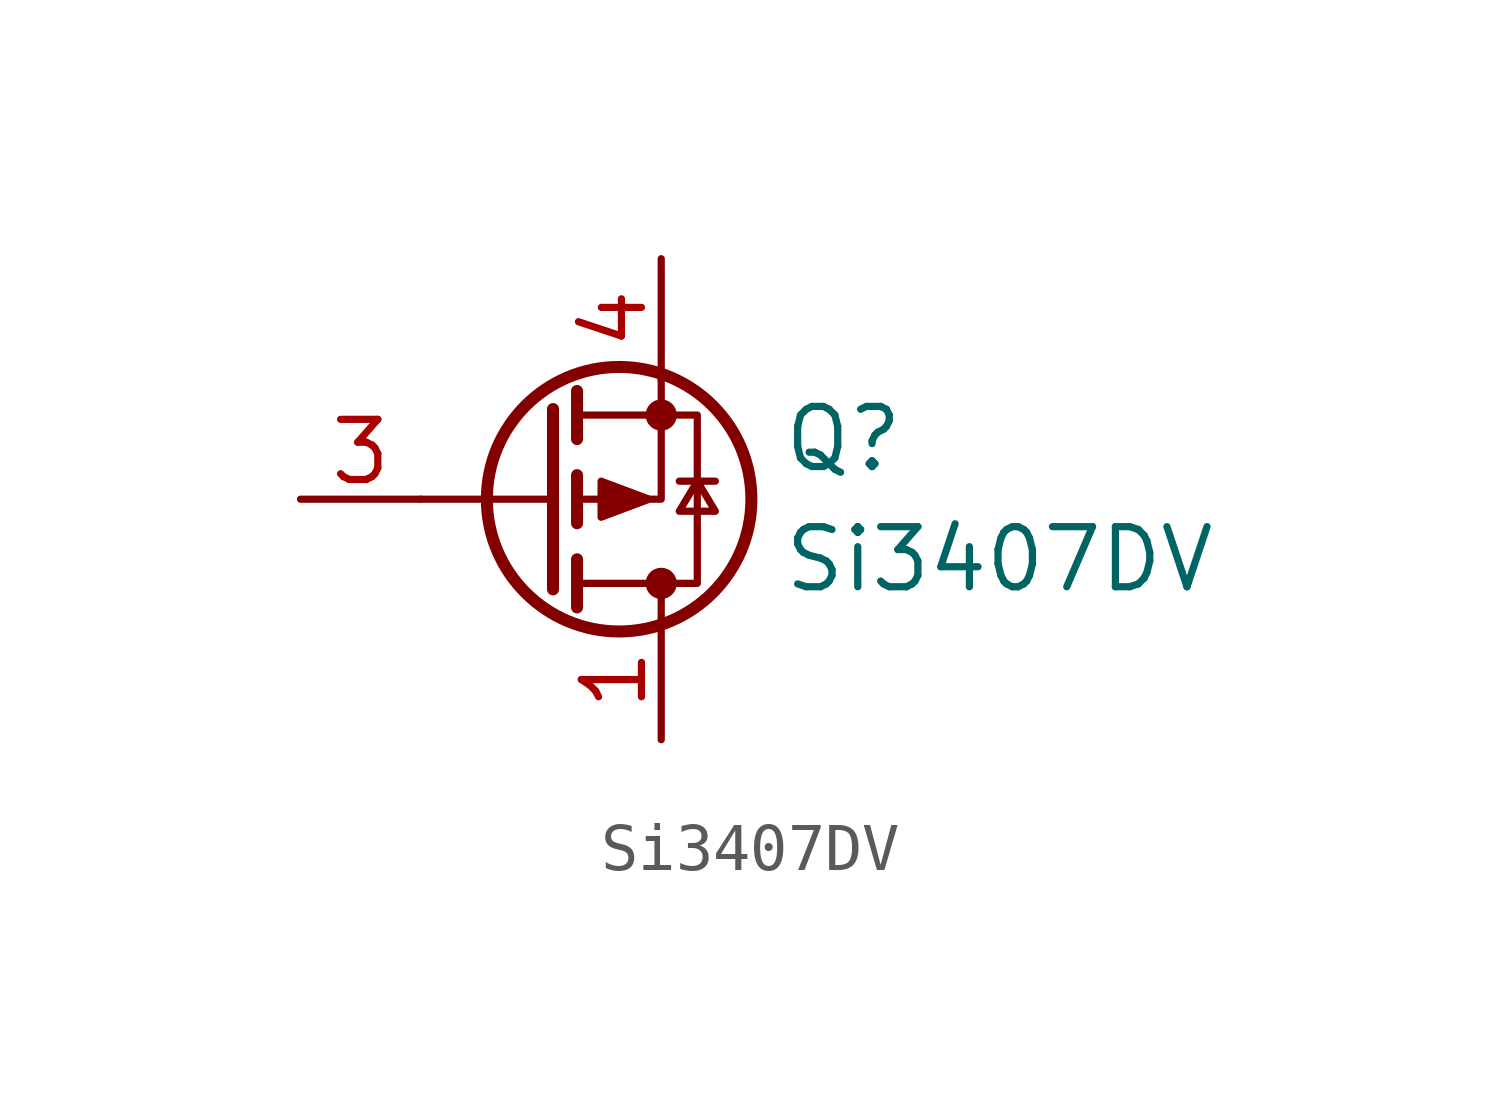
<source format=kicad_sym>
(kicad_symbol_lib
  (version 20241209)
  (generator "kicad_symbol_editor")
  (generator_version "9.0")
  (symbol "Si3407DV"
    (pin_names
      (hide yes))
    (property "Reference" "Q"
      (at 5.08 1.27 0)
      (effects (font (size 1.27 1.27)) (justify left)))
    (property "Value" "Si3407DV"
      (at 5.08 -1.27 0)
      (effects (font (size 1.27 1.27)) (justify left)))
    (symbol "Si3407DV_0_0"
      (pin input line (at -5.08 0 0) (length 2.54) (name "G" (effects (font (size 1.27 1.27)))) (number "3" (effects (font (size 1.27 1.27)))))
      (pin passive line (at 2.54 5.08 270) (length 2.54) (name "S" (effects (font (size 1.27 1.27)))) (number "4" (effects (font (size 1.27 1.27)))))
      (pin passive line (at 2.54 -5.08 90) (length 2.54) (name "D" (effects (font (size 1.27 1.27)))) (number "1" (effects (font (size 1.27 1.27)))))
      (pin passive line (at 2.54 -5.08 90) (length 2.54) (hide yes) (name "D" (effects (font (size 1.27 1.27)))) (number "2" (effects (font (size 1.27 1.27)))))
      (pin passive line (at 2.54 -5.08 90) (length 2.54) (hide yes) (name "D" (effects (font (size 1.27 1.27)))) (number "5" (effects (font (size 1.27 1.27)))))
      (pin passive line (at 2.54 -5.08 90) (length 2.54) (hide yes) (name "D" (effects (font (size 1.27 1.27)))) (number "6" (effects (font (size 1.27 1.27))))))
    (symbol "Si3407DV_0_1"
      (polyline (pts (xy 0.254 0) (xy -2.54 0)) (stroke (width 0) (type default)) (fill (type none)))
      (polyline (pts (xy 0.254 -1.905) (xy 0.254 1.905)) (stroke (width 0.254) (type default)) (fill (type none)))
      (polyline (pts (xy 0.762 1.27) (xy 0.762 2.286)) (stroke (width 0.254) (type default)) (fill (type none)))
      (polyline (pts (xy 0.762 -0.508) (xy 0.762 0.508)) (stroke (width 0.254) (type default)) (fill (type none)))
      (polyline (pts (xy 0.762 -1.778) (xy 3.302 -1.778) (xy 3.302 1.778) (xy 0.762 1.778)) (stroke (width 0) (type default)) (fill (type none)))
      (polyline (pts (xy 0.762 -2.286) (xy 0.762 -1.27)) (stroke (width 0.254) (type default)) (fill (type none)))
      (circle (center 1.651 0) (radius 2.794) (stroke (width 0.254) (type default)) (fill (type none)))
      (polyline (pts (xy 2.286 0) (xy 1.27 -0.381) (xy 1.27 0.381) (xy 2.286 0)) (stroke (width 0) (type default)) (fill (type outline)))
      (polyline (pts (xy 2.54 2.54) (xy 2.54 0) (xy 0.762 0)) (stroke (width 0) (type default)) (fill (type none)))
      (circle (center 2.54 1.778) (radius 0.254) (stroke (width 0) (type default)) (fill (type outline)))
      (circle (center 2.54 -1.778) (radius 0.254) (stroke (width 0) (type default)) (fill (type outline)))
      (polyline (pts (xy 2.54 -2.54) (xy 2.54 -1.778)) (stroke (width 0) (type default)) (fill (type none)))
      (polyline (pts (xy 2.921 0.381) (xy 3.683 0.381)) (stroke (width 0) (type default)) (fill (type none)))
      (polyline (pts (xy 3.302 0.381) (xy 2.921 -0.254) (xy 3.683 -0.254) (xy 3.302 0.381)) (stroke (width 0) (type default)) (fill (type none))))))
</source>
